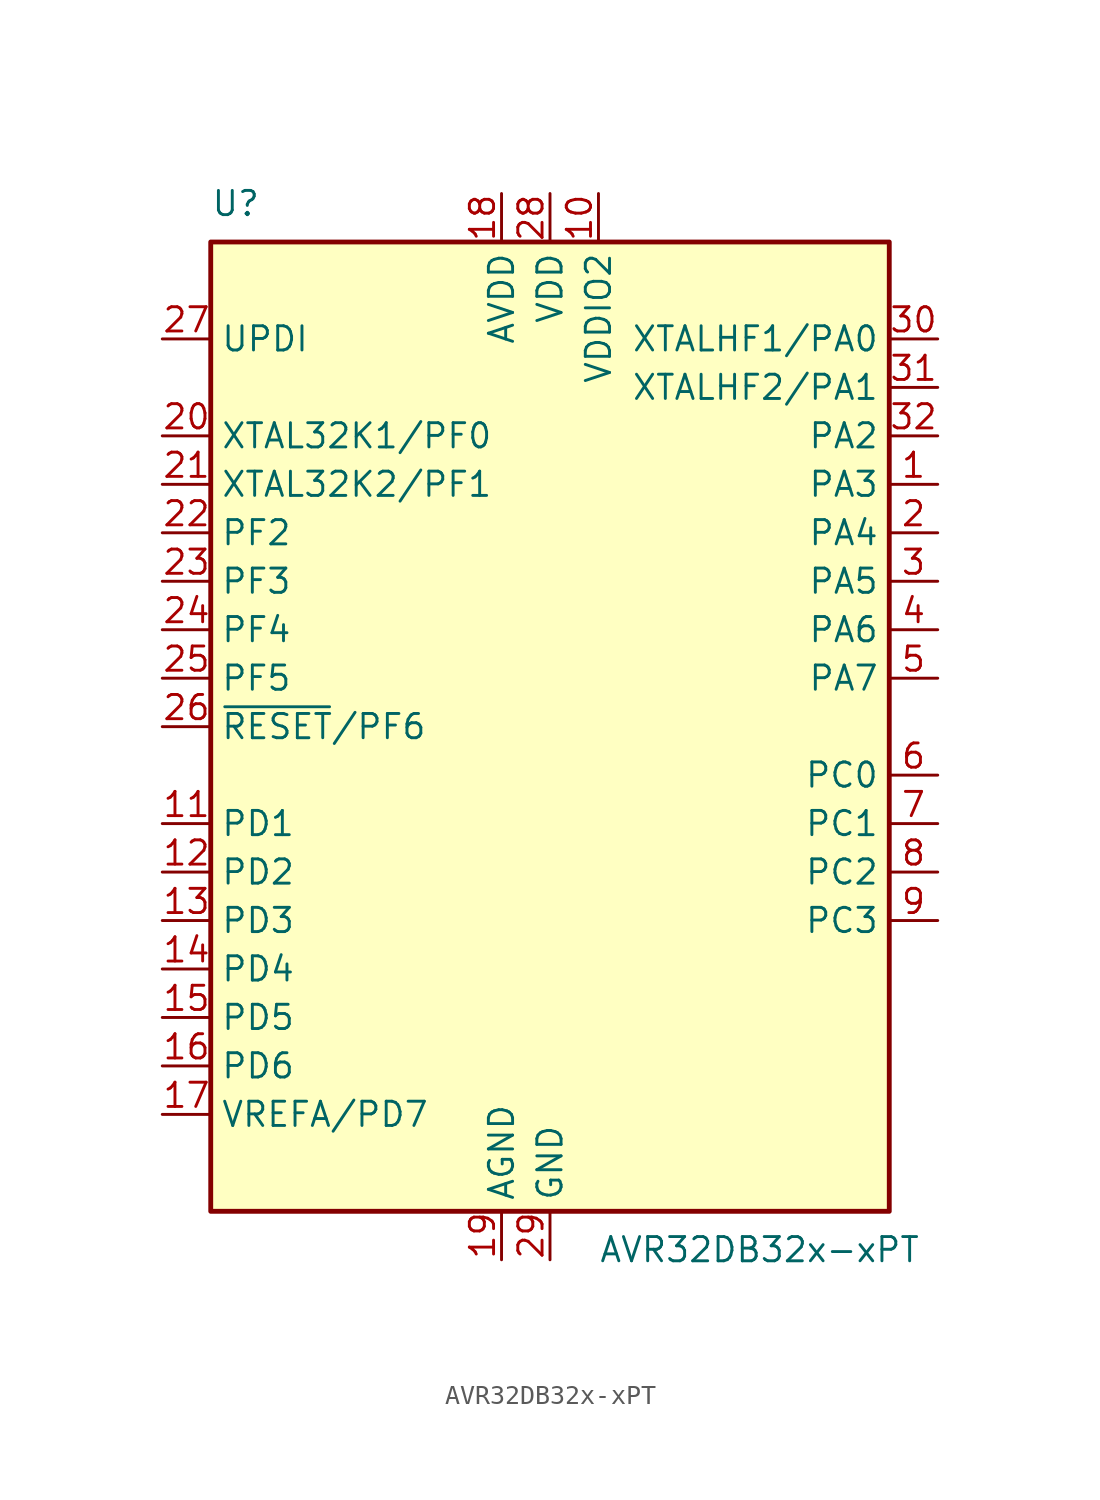
<source format=kicad_sym>
(kicad_symbol_lib
  (version 20220914)
  (generator kicad_symbol_editor)
  (symbol "AVR32DB32x-xPT"
    (property "Reference" "U"
      (at -17.78 26.67 0)
      (effects (font (size 1.27 1.27)) (justify left bottom)))
    (property "Value" "AVR32DB32x-xPT"
      (at 2.54 -26.67 0)
      (effects (font (size 1.27 1.27)) (justify left top)))
    (symbol "AVR32DB32x-xPT_0_1"
      (rectangle (start -17.78 25.4) (end 17.78 -25.4) (stroke (width 0.254) (type default)) (fill (type background))))
    (symbol "AVR32DB32x-xPT_1_1"
      (pin bidirectional line (at 20.32 12.7 180) (length 2.54) (name "PA3" (effects (font (size 1.27 1.27)))) (number "1" (effects (font (size 1.27 1.27)))))
      (pin power_in line (at 2.54 27.94 270) (length 2.54) (name "VDDIO2" (effects (font (size 1.27 1.27)))) (number "10" (effects (font (size 1.27 1.27)))))
      (pin bidirectional line (at -20.32 -5.08 0) (length 2.54) (name "PD1" (effects (font (size 1.27 1.27)))) (number "11" (effects (font (size 1.27 1.27)))))
      (pin bidirectional line (at -20.32 -7.62 0) (length 2.54) (name "PD2" (effects (font (size 1.27 1.27)))) (number "12" (effects (font (size 1.27 1.27)))))
      (pin bidirectional line (at -20.32 -10.16 0) (length 2.54) (name "PD3" (effects (font (size 1.27 1.27)))) (number "13" (effects (font (size 1.27 1.27)))))
      (pin bidirectional line (at -20.32 -12.7 0) (length 2.54) (name "PD4" (effects (font (size 1.27 1.27)))) (number "14" (effects (font (size 1.27 1.27)))))
      (pin bidirectional line (at -20.32 -15.24 0) (length 2.54) (name "PD5" (effects (font (size 1.27 1.27)))) (number "15" (effects (font (size 1.27 1.27)))))
      (pin bidirectional line (at -20.32 -17.78 0) (length 2.54) (name "PD6" (effects (font (size 1.27 1.27)))) (number "16" (effects (font (size 1.27 1.27)))))
      (pin bidirectional line (at -20.32 -20.32 0) (length 2.54) (name "VREFA/PD7" (effects (font (size 1.27 1.27)))) (number "17" (effects (font (size 1.27 1.27)))))
      (pin power_in line (at -2.54 27.94 270) (length 2.54) (name "AVDD" (effects (font (size 1.27 1.27)))) (number "18" (effects (font (size 1.27 1.27)))))
      (pin power_in line (at -2.54 -27.94 90) (length 2.54) (name "AGND" (effects (font (size 1.27 1.27)))) (number "19" (effects (font (size 1.27 1.27)))))
      (pin bidirectional line (at 20.32 10.16 180) (length 2.54) (name "PA4" (effects (font (size 1.27 1.27)))) (number "2" (effects (font (size 1.27 1.27)))))
      (pin bidirectional line (at -20.32 15.24 0) (length 2.54) (name "XTAL32K1/PF0" (effects (font (size 1.27 1.27)))) (number "20" (effects (font (size 1.27 1.27)))))
      (pin bidirectional line (at -20.32 12.7 0) (length 2.54) (name "XTAL32K2/PF1" (effects (font (size 1.27 1.27)))) (number "21" (effects (font (size 1.27 1.27)))))
      (pin bidirectional line (at -20.32 10.16 0) (length 2.54) (name "PF2" (effects (font (size 1.27 1.27)))) (number "22" (effects (font (size 1.27 1.27)))))
      (pin bidirectional line (at -20.32 7.62 0) (length 2.54) (name "PF3" (effects (font (size 1.27 1.27)))) (number "23" (effects (font (size 1.27 1.27)))))
      (pin bidirectional line (at -20.32 5.08 0) (length 2.54) (name "PF4" (effects (font (size 1.27 1.27)))) (number "24" (effects (font (size 1.27 1.27)))))
      (pin bidirectional line (at -20.32 2.54 0) (length 2.54) (name "PF5" (effects (font (size 1.27 1.27)))) (number "25" (effects (font (size 1.27 1.27)))))
      (pin bidirectional line (at -20.32 0 0) (length 2.54) (name "~{RESET}/PF6" (effects (font (size 1.27 1.27)))) (number "26" (effects (font (size 1.27 1.27)))))
      (pin input line (at -20.32 20.32 0) (length 2.54) (name "UPDI" (effects (font (size 1.27 1.27)))) (number "27" (effects (font (size 1.27 1.27)))))
      (pin power_in line (at 0 27.94 270) (length 2.54) (name "VDD" (effects (font (size 1.27 1.27)))) (number "28" (effects (font (size 1.27 1.27)))))
      (pin power_in line (at 0 -27.94 90) (length 2.54) (name "GND" (effects (font (size 1.27 1.27)))) (number "29" (effects (font (size 1.27 1.27)))))
      (pin bidirectional line (at 20.32 7.62 180) (length 2.54) (name "PA5" (effects (font (size 1.27 1.27)))) (number "3" (effects (font (size 1.27 1.27)))))
      (pin bidirectional line (at 20.32 20.32 180) (length 2.54) (name "XTALHF1/PA0" (effects (font (size 1.27 1.27)))) (number "30" (effects (font (size 1.27 1.27)))))
      (pin bidirectional line (at 20.32 17.78 180) (length 2.54) (name "XTALHF2/PA1" (effects (font (size 1.27 1.27)))) (number "31" (effects (font (size 1.27 1.27)))))
      (pin bidirectional line (at 20.32 15.24 180) (length 2.54) (name "PA2" (effects (font (size 1.27 1.27)))) (number "32" (effects (font (size 1.27 1.27)))))
      (pin bidirectional line (at 20.32 5.08 180) (length 2.54) (name "PA6" (effects (font (size 1.27 1.27)))) (number "4" (effects (font (size 1.27 1.27)))))
      (pin bidirectional line (at 20.32 2.54 180) (length 2.54) (name "PA7" (effects (font (size 1.27 1.27)))) (number "5" (effects (font (size 1.27 1.27)))))
      (pin bidirectional line (at 20.32 -2.54 180) (length 2.54) (name "PC0" (effects (font (size 1.27 1.27)))) (number "6" (effects (font (size 1.27 1.27)))))
      (pin bidirectional line (at 20.32 -5.08 180) (length 2.54) (name "PC1" (effects (font (size 1.27 1.27)))) (number "7" (effects (font (size 1.27 1.27)))))
      (pin bidirectional line (at 20.32 -7.62 180) (length 2.54) (name "PC2" (effects (font (size 1.27 1.27)))) (number "8" (effects (font (size 1.27 1.27)))))
      (pin bidirectional line (at 20.32 -10.16 180) (length 2.54) (name "PC3" (effects (font (size 1.27 1.27)))) (number "9" (effects (font (size 1.27 1.27))))))))
</source>
